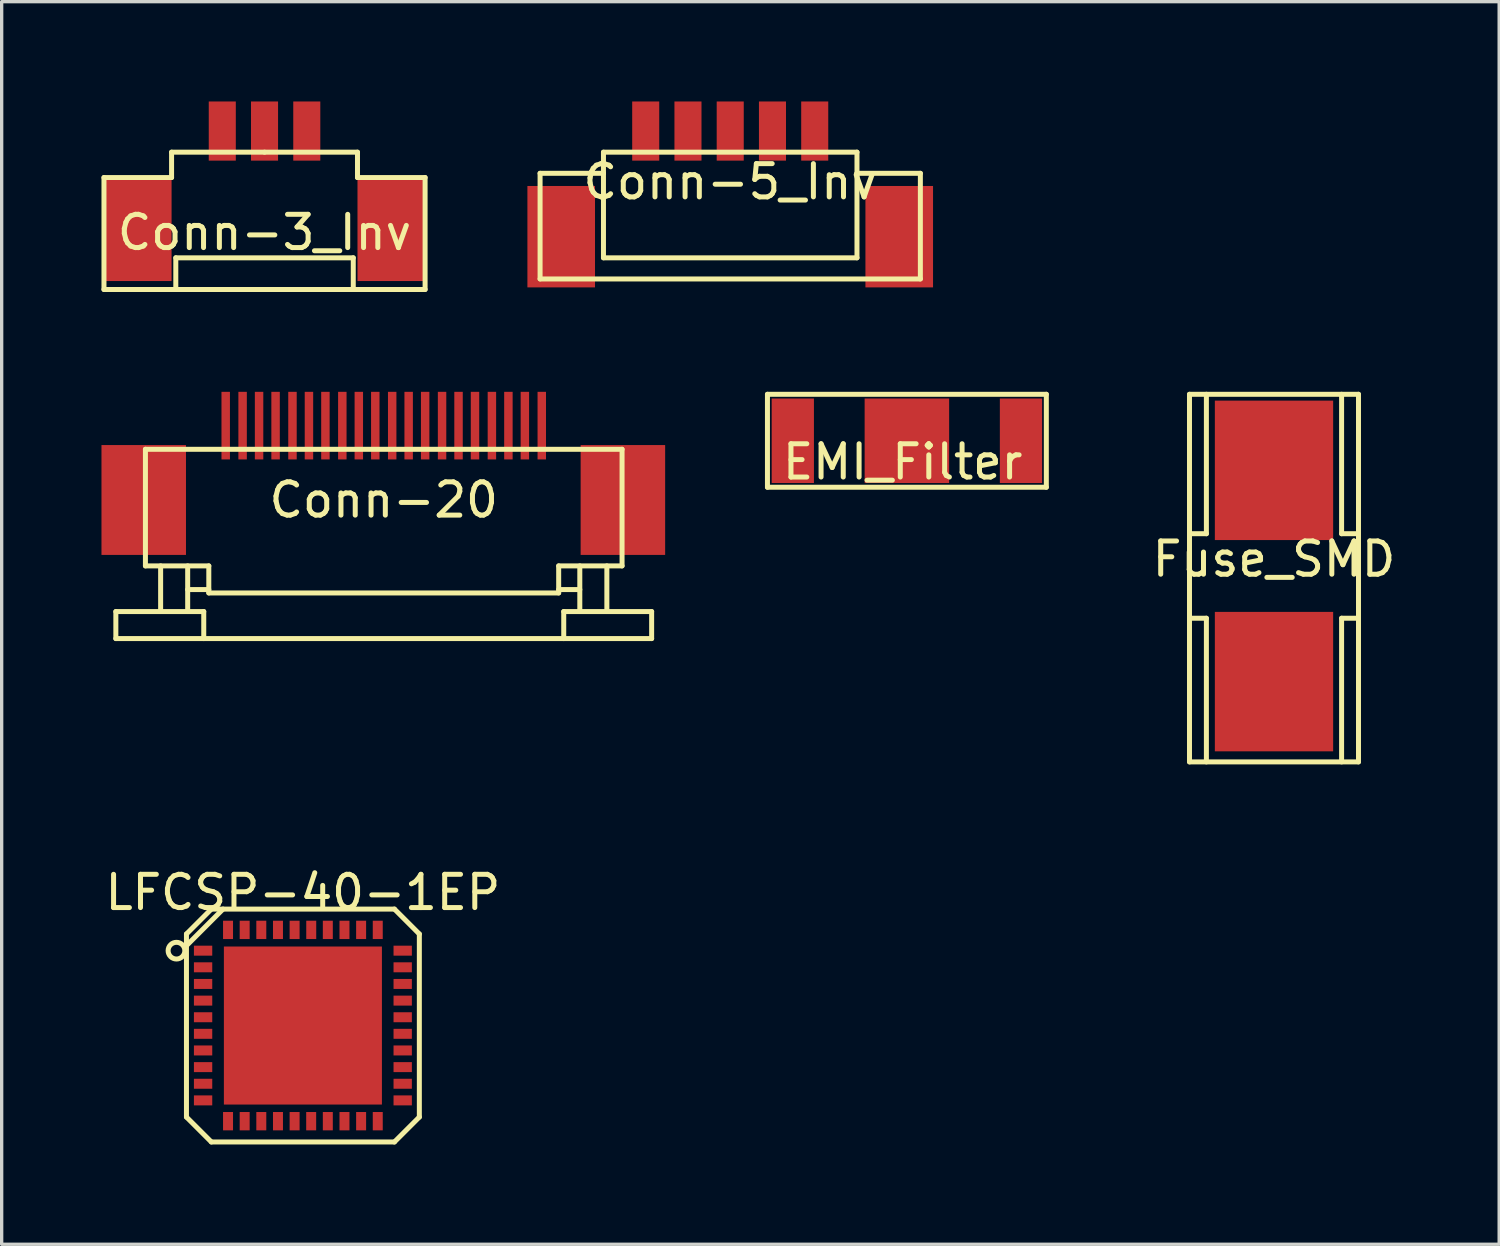
<source format=kicad_pcb>
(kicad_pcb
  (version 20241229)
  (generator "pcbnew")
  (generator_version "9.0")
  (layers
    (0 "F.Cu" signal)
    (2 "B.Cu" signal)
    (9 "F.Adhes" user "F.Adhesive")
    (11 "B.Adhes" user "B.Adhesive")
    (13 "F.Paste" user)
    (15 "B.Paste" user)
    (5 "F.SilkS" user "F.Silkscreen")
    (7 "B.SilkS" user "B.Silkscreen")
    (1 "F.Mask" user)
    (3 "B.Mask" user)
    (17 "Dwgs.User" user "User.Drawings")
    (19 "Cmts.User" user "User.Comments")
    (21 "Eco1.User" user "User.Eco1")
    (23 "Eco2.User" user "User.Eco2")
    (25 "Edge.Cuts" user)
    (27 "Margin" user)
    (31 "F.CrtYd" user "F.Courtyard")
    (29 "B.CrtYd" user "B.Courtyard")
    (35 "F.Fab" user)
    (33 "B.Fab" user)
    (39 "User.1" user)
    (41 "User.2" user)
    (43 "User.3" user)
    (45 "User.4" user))
  (footprint "Fuse_SMD"
    (layer "F.Cu")
    (at 35.242 14.262)
    (property "Reference" "Fuse_SMD" (at 0 -0.508 0) (layer "F.SilkS") (effects (font (size 1 1) (thickness 0.15))))
    (attr smd)
    (fp_line (start -2.54 -5.461) (end -2.54 5.588) (stroke (width 0.15) (type solid)) (layer "F.SilkS"))
    (fp_line (start -2.54 -5.461) (end 2.54 -5.461) (stroke (width 0.15) (type solid)) (layer "F.SilkS"))
    (fp_line (start -2.032 -5.461) (end -2.032 -1.27) (stroke (width 0.15) (type solid)) (layer "F.SilkS"))
    (fp_line (start -2.032 -1.27) (end -2.54 -1.27) (stroke (width 0.15) (type solid)) (layer "F.SilkS"))
    (fp_line (start -2.032 1.27) (end -2.54 1.27) (stroke (width 0.15) (type solid)) (layer "F.SilkS"))
    (fp_line (start -2.032 5.588) (end -2.032 1.27) (stroke (width 0.15) (type solid)) (layer "F.SilkS"))
    (fp_line (start 2.032 -5.461) (end 2.032 -1.27) (stroke (width 0.15) (type solid)) (layer "F.SilkS"))
    (fp_line (start 2.032 -1.27) (end 2.54 -1.27) (stroke (width 0.15) (type solid)) (layer "F.SilkS"))
    (fp_line (start 2.032 1.27) (end 2.54 1.27) (stroke (width 0.15) (type solid)) (layer "F.SilkS"))
    (fp_line (start 2.032 5.588) (end 2.032 1.27) (stroke (width 0.15) (type solid)) (layer "F.SilkS"))
    (fp_line (start 2.54 5.588) (end -2.54 5.588) (stroke (width 0.15) (type solid)) (layer "F.SilkS"))
    (fp_line (start 2.54 5.588) (end 2.54 -5.461) (stroke (width 0.15) (type solid)) (layer "F.SilkS"))
    (pad "1" smd rect (at 0 -3.175) (size 3.556 4.191) (layers "F.Cu" "F.Mask" "F.Paste"))
    (pad "2" smd rect (at 0 3.175) (size 3.556 4.191) (layers "F.Cu" "F.Mask" "F.Paste")))
  (footprint "EMI_Filter"
    (layer "F.Cu")
    (at 24.208 10.198)
    (property "Reference" "EMI_Filter" (at -0.127 0.635 0) (layer "F.SilkS") (effects (font (size 1 1) (thickness 0.15))))
    (attr smd)
    (fp_line (start -4.191 -1.397) (end -4.191 1.397) (stroke (width 0.15) (type solid)) (layer "F.SilkS"))
    (fp_line (start -4.191 1.397) (end 4.191 1.397) (stroke (width 0.15) (type solid)) (layer "F.SilkS"))
    (fp_line (start 4.191 -1.397) (end -4.191 -1.397) (stroke (width 0.15) (type solid)) (layer "F.SilkS"))
    (fp_line (start 4.191 1.397) (end 4.191 -1.397) (stroke (width 0.15) (type solid)) (layer "F.SilkS"))
    (pad "GND" smd rect (at 0 0) (size 2.54 2.54) (layers "F.Cu" "F.Mask" "F.Paste"))
    (pad "VI" smd rect (at -3.429 0) (size 1.27 2.54) (layers "F.Cu" "F.Mask" "F.Paste"))
    (pad "VO" smd rect (at 3.429 0) (size 1.27 2.54) (layers "F.Cu" "F.Mask" "F.Paste")))
  (footprint "Conn-3_Inv"
    (layer "F.Cu")
    (at 4.901 4.318)
    (property "Reference" "Conn-3_Inv" (at 0 -0.381 0) (layer "F.SilkS") (effects (font (size 1 1) (thickness 0.15))))
    (attr smd)
    (fp_line (start -4.826 -2.032) (end -2.794 -2.032) (stroke (width 0.15) (type solid)) (layer "F.SilkS"))
    (fp_line (start -4.826 1.333) (end -4.826 -2.032) (stroke (width 0.15) (type solid)) (layer "F.SilkS"))
    (fp_line (start -2.794 -2.794) (end 0 -2.794) (stroke (width 0.15) (type solid)) (layer "F.SilkS"))
    (fp_line (start -2.794 -2.032) (end -2.794 -2.794) (stroke (width 0.15) (type solid)) (layer "F.SilkS"))
    (fp_line (start -2.667 0.381) (end -2.667 1.333) (stroke (width 0.15) (type solid)) (layer "F.SilkS"))
    (fp_line (start 0 -2.794) (end 2.794 -2.794) (stroke (width 0.15) (type solid)) (layer "F.SilkS"))
    (fp_line (start 2.667 0.381) (end -2.667 0.381) (stroke (width 0.15) (type solid)) (layer "F.SilkS"))
    (fp_line (start 2.667 1.333) (end 2.667 0.381) (stroke (width 0.15) (type solid)) (layer "F.SilkS"))
    (fp_line (start 2.794 -2.794) (end 2.794 -2.032) (stroke (width 0.15) (type solid)) (layer "F.SilkS"))
    (fp_line (start 2.794 -2.032) (end 4.826 -2.032) (stroke (width 0.15) (type solid)) (layer "F.SilkS"))
    (fp_line (start 4.826 -2.032) (end 4.826 1.333) (stroke (width 0.15) (type solid)) (layer "F.SilkS"))
    (fp_line (start 4.826 1.333) (end -4.826 1.333) (stroke (width 0.15) (type solid)) (layer "F.SilkS"))
    (pad "" smd rect (at -3.81 -0.445) (size 2.032 3.048) (layers "F.Cu" "F.Mask" "F.Paste"))
    (pad "" smd rect (at 3.81 -0.445) (size 2.032 3.048) (layers "F.Cu" "F.Mask" "F.Paste"))
    (pad "1" smd rect (at 1.27 -3.429) (size 0.813 1.778) (layers "F.Cu" "F.Mask" "F.Paste"))
    (pad "2" smd rect (at 0 -3.429) (size 0.813 1.778) (layers "F.Cu" "F.Mask" "F.Paste"))
    (pad "3" smd rect (at -1.27 -3.429) (size 0.813 1.778) (layers "F.Cu" "F.Mask" "F.Paste")))
  (footprint "Conn-20"
    (layer "F.Cu")
    (at 8.484 12.994)
    (property "Reference" "Conn-20" (at 0 -1.016 0) (layer "F.SilkS") (effects (font (size 1 1) (thickness 0.15))))
    (attr smd)
    (fp_line (start -8.052 2.337) (end -5.41 2.337) (stroke (width 0.15) (type solid)) (layer "F.SilkS"))
    (fp_line (start -8.052 3.15) (end -8.052 2.337) (stroke (width 0.15) (type solid)) (layer "F.SilkS"))
    (fp_line (start -8.052 3.15) (end 8.052 3.15) (stroke (width 0.15) (type solid)) (layer "F.SilkS"))
    (fp_line (start -7.163 -2.54) (end -7.163 0.965) (stroke (width 0.15) (type solid)) (layer "F.SilkS"))
    (fp_line (start -7.163 -2.54) (end 7.163 -2.54) (stroke (width 0.15) (type solid)) (layer "F.SilkS"))
    (fp_line (start -7.163 0.965) (end -5.258 0.965) (stroke (width 0.15) (type solid)) (layer "F.SilkS"))
    (fp_line (start -6.706 0.965) (end -6.706 2.337) (stroke (width 0.15) (type solid)) (layer "F.SilkS"))
    (fp_line (start -5.893 0.965) (end -5.893 2.337) (stroke (width 0.15) (type solid)) (layer "F.SilkS"))
    (fp_line (start -5.41 2.337) (end -5.41 3.15) (stroke (width 0.15) (type solid)) (layer "F.SilkS"))
    (fp_line (start -5.258 0.965) (end -5.258 1.778) (stroke (width 0.15) (type solid)) (layer "F.SilkS"))
    (fp_line (start -5.258 1.676) (end -5.893 1.676) (stroke (width 0.15) (type solid)) (layer "F.SilkS"))
    (fp_line (start -5.258 1.778) (end 5.258 1.778) (stroke (width 0.15) (type solid)) (layer "F.SilkS"))
    (fp_line (start 5.258 0.965) (end 7.163 0.965) (stroke (width 0.15) (type solid)) (layer "F.SilkS"))
    (fp_line (start 5.258 1.676) (end 5.893 1.676) (stroke (width 0.15) (type solid)) (layer "F.SilkS"))
    (fp_line (start 5.258 1.778) (end 5.258 0.965) (stroke (width 0.15) (type solid)) (layer "F.SilkS"))
    (fp_line (start 5.41 2.337) (end 5.41 3.15) (stroke (width 0.15) (type solid)) (layer "F.SilkS"))
    (fp_line (start 5.893 0.965) (end 5.893 2.337) (stroke (width 0.15) (type solid)) (layer "F.SilkS"))
    (fp_line (start 6.706 0.965) (end 6.706 2.337) (stroke (width 0.15) (type solid)) (layer "F.SilkS"))
    (fp_line (start 7.163 0.965) (end 7.163 -2.54) (stroke (width 0.15) (type solid)) (layer "F.SilkS"))
    (fp_line (start 8.052 2.337) (end 5.41 2.337) (stroke (width 0.15) (type solid)) (layer "F.SilkS"))
    (fp_line (start 8.052 3.15) (end 8.052 2.337) (stroke (width 0.15) (type solid)) (layer "F.SilkS"))
    (pad "" smd rect (at -7.214 -1.016) (size 2.54 3.302) (layers "F.Cu" "F.Mask" "F.Paste"))
    (pad "" smd rect (at 7.188 -1.016) (size 2.54 3.302) (layers "F.Cu" "F.Mask" "F.Paste"))
    (pad "1" smd rect (at -4.75 -3.251) (size 0.254 2.032) (layers "F.Cu" "F.Mask" "F.Paste"))
    (pad "2" smd rect (at -4.242 -3.251) (size 0.254 2.032) (layers "F.Cu" "F.Mask" "F.Paste"))
    (pad "3" smd rect (at -3.747 -3.251) (size 0.254 2.032) (layers "F.Cu" "F.Mask" "F.Paste"))
    (pad "4" smd rect (at -3.251 -3.251) (size 0.254 2.032) (layers "F.Cu" "F.Mask" "F.Paste"))
    (pad "5" smd rect (at -2.743 -3.251) (size 0.254 2.032) (layers "F.Cu" "F.Mask" "F.Paste"))
    (pad "6" smd rect (at -2.248 -3.251) (size 0.254 2.032) (layers "F.Cu" "F.Mask" "F.Paste"))
    (pad "7" smd rect (at -1.753 -3.251) (size 0.254 2.032) (layers "F.Cu" "F.Mask" "F.Paste"))
    (pad "8" smd rect (at -1.245 -3.251) (size 0.254 2.032) (layers "F.Cu" "F.Mask" "F.Paste"))
    (pad "9" smd rect (at -0.749 -3.251) (size 0.254 2.032) (layers "F.Cu" "F.Mask" "F.Paste"))
    (pad "10" smd rect (at -0.254 -3.251) (size 0.254 2.032) (layers "F.Cu" "F.Mask" "F.Paste"))
    (pad "11" smd rect (at 0.254 -3.251) (size 0.254 2.032) (layers "F.Cu" "F.Mask" "F.Paste"))
    (pad "12" smd rect (at 0.749 -3.251) (size 0.254 2.032) (layers "F.Cu" "F.Mask" "F.Paste"))
    (pad "13" smd rect (at 1.245 -3.251) (size 0.254 2.032) (layers "F.Cu" "F.Mask" "F.Paste"))
    (pad "14" smd rect (at 1.753 -3.251) (size 0.254 2.032) (layers "F.Cu" "F.Mask" "F.Paste"))
    (pad "15" smd rect (at 2.248 -3.251) (size 0.254 2.032) (layers "F.Cu" "F.Mask" "F.Paste"))
    (pad "16" smd rect (at 2.743 -3.251) (size 0.254 2.032) (layers "F.Cu" "F.Mask" "F.Paste"))
    (pad "17" smd rect (at 3.251 -3.251) (size 0.254 2.032) (layers "F.Cu" "F.Mask" "F.Paste"))
    (pad "18" smd rect (at 3.747 -3.251) (size 0.254 2.032) (layers "F.Cu" "F.Mask" "F.Paste"))
    (pad "19" smd rect (at 4.242 -3.251) (size 0.254 2.032) (layers "F.Cu" "F.Mask" "F.Paste"))
    (pad "20" smd rect (at 4.75 -3.251) (size 0.254 2.032) (layers "F.Cu" "F.Mask" "F.Paste")))
  (footprint "Conn-5_Inv"
    (layer "F.Cu")
    (at 18.898 0.889)
    (property "Reference" "Conn-5_Inv" (at 0 1.524 0) (layer "F.SilkS") (effects (font (size 1 1) (thickness 0.15))))
    (attr smd)
    (fp_line (start -5.715 1.27) (end -3.81 1.27) (stroke (width 0.15) (type solid)) (layer "F.SilkS"))
    (fp_line (start -5.715 4.445) (end -5.715 1.27) (stroke (width 0.15) (type solid)) (layer "F.SilkS"))
    (fp_line (start -3.81 0.635) (end 3.81 0.635) (stroke (width 0.15) (type solid)) (layer "F.SilkS"))
    (fp_line (start -3.81 1.27) (end -3.81 0.635) (stroke (width 0.15) (type solid)) (layer "F.SilkS"))
    (fp_line (start -3.81 3.81) (end -3.81 1.27) (stroke (width 0.15) (type solid)) (layer "F.SilkS"))
    (fp_line (start 3.81 0.635) (end 3.81 1.27) (stroke (width 0.15) (type solid)) (layer "F.SilkS"))
    (fp_line (start 3.81 1.27) (end 3.81 3.81) (stroke (width 0.15) (type solid)) (layer "F.SilkS"))
    (fp_line (start 3.81 1.27) (end 5.715 1.27) (stroke (width 0.15) (type solid)) (layer "F.SilkS"))
    (fp_line (start 3.81 3.81) (end -3.81 3.81) (stroke (width 0.15) (type solid)) (layer "F.SilkS"))
    (fp_line (start 5.715 4.445) (end -5.715 4.445) (stroke (width 0.15) (type solid)) (layer "F.SilkS"))
    (fp_line (start 5.715 4.445) (end 5.715 1.27) (stroke (width 0.15) (type solid)) (layer "F.SilkS"))
    (pad "" smd rect (at -5.08 3.175) (size 2.032 3.048) (layers "F.Cu" "F.Mask" "F.Paste"))
    (pad "" smd rect (at 5.08 3.175) (size 2.032 3.048) (layers "F.Cu" "F.Mask" "F.Paste"))
    (pad "1" smd rect (at -2.54 0) (size 0.813 1.778) (layers "F.Cu" "F.Mask" "F.Paste"))
    (pad "2" smd rect (at -1.27 0) (size 0.813 1.778) (layers "F.Cu" "F.Mask" "F.Paste"))
    (pad "3" smd rect (at 0 0) (size 0.813 1.778) (layers "F.Cu" "F.Mask" "F.Paste"))
    (pad "4" smd rect (at 1.27 0) (size 0.813 1.778) (layers "F.Cu" "F.Mask" "F.Paste"))
    (pad "5" smd rect (at 2.54 0) (size 0.813 1.778) (layers "F.Cu" "F.Mask" "F.Paste")))
  (footprint "LFCSP-40-1EP"
    (layer "F.Cu")
    (at 6.054 27.774)
    (property "Reference" "LFCSP-40-1EP" (at 0 -4 0) (layer "F.SilkS") (effects (font (size 1 1) (thickness 0.15))))
    (attr smd)
    (fp_line (start -3.5 -2.751) (end -2.751 -3.5) (stroke (width 0.15) (type solid)) (layer "F.SilkS"))
    (fp_line (start -3.5 -2.4) (end -2.4 -3.5) (stroke (width 0.15) (type solid)) (layer "F.SilkS"))
    (fp_line (start -3.5 2.751) (end -3.5 -2.751) (stroke (width 0.15) (type solid)) (layer "F.SilkS"))
    (fp_line (start -2.751 -3.5) (end 2.751 -3.5) (stroke (width 0.15) (type solid)) (layer "F.SilkS"))
    (fp_line (start -2.751 3.5) (end -3.5 2.751) (stroke (width 0.15) (type solid)) (layer "F.SilkS"))
    (fp_line (start 2.751 -3.5) (end 3.5 -2.751) (stroke (width 0.15) (type solid)) (layer "F.SilkS"))
    (fp_line (start 2.751 3.5) (end -2.751 3.5) (stroke (width 0.15) (type solid)) (layer "F.SilkS"))
    (fp_line (start 2.751 3.5) (end 3.5 2.751) (stroke (width 0.15) (type solid)) (layer "F.SilkS"))
    (fp_line (start 3.5 -2.751) (end 3.5 2.751) (stroke (width 0.15) (type solid)) (layer "F.SilkS"))
    (fp_circle (center -3.8 -2.25) (end -4.051 -2.25) (stroke (width 0.15) (type solid)) (fill no) (layer "F.SilkS"))
    (pad "1" smd rect (at -3 -2.25 270) (size 0.3 0.551) (layers "F.Cu" "F.Mask" "F.Paste"))
    (pad "2" smd rect (at -3 -1.75 270) (size 0.3 0.551) (layers "F.Cu" "F.Mask" "F.Paste"))
    (pad "3" smd rect (at -3 -1.25 270) (size 0.3 0.551) (layers "F.Cu" "F.Mask" "F.Paste"))
    (pad "4" smd rect (at -3 -0.749 270) (size 0.3 0.551) (layers "F.Cu" "F.Mask" "F.Paste"))
    (pad "5" smd rect (at -3 -0.249 270) (size 0.3 0.551) (layers "F.Cu" "F.Mask" "F.Paste"))
    (pad "6" smd rect (at -3 0.249 270) (size 0.3 0.551) (layers "F.Cu" "F.Mask" "F.Paste"))
    (pad "7" smd rect (at -3 0.749 270) (size 0.3 0.551) (layers "F.Cu" "F.Mask" "F.Paste"))
    (pad "8" smd rect (at -3 1.25 270) (size 0.3 0.551) (layers "F.Cu" "F.Mask" "F.Paste"))
    (pad "9" smd rect (at -3 1.75 270) (size 0.3 0.551) (layers "F.Cu" "F.Mask" "F.Paste"))
    (pad "10" smd rect (at -3 2.25 270) (size 0.3 0.551) (layers "F.Cu" "F.Mask" "F.Paste"))
    (pad "11" smd rect (at -2.25 2.875) (size 0.3 0.551) (layers "F.Cu" "F.Mask" "F.Paste"))
    (pad "12" smd rect (at -1.75 2.875) (size 0.3 0.551) (layers "F.Cu" "F.Mask" "F.Paste"))
    (pad "13" smd rect (at -1.25 2.875) (size 0.3 0.551) (layers "F.Cu" "F.Mask" "F.Paste"))
    (pad "14" smd rect (at -0.749 2.875) (size 0.3 0.551) (layers "F.Cu" "F.Mask" "F.Paste"))
    (pad "15" smd rect (at -0.249 2.875) (size 0.3 0.551) (layers "F.Cu" "F.Mask" "F.Paste"))
    (pad "16" smd rect (at 0.249 2.875) (size 0.3 0.551) (layers "F.Cu" "F.Mask" "F.Paste"))
    (pad "17" smd rect (at 0.749 2.875) (size 0.3 0.551) (layers "F.Cu" "F.Mask" "F.Paste"))
    (pad "18" smd rect (at 1.25 2.875) (size 0.3 0.551) (layers "F.Cu" "F.Mask" "F.Paste"))
    (pad "19" smd rect (at 1.75 2.875) (size 0.3 0.551) (layers "F.Cu" "F.Mask" "F.Paste"))
    (pad "20" smd rect (at 2.25 2.875) (size 0.3 0.551) (layers "F.Cu" "F.Mask" "F.Paste"))
    (pad "21" smd rect (at 3 2.25 270) (size 0.3 0.551) (layers "F.Cu" "F.Mask" "F.Paste"))
    (pad "22" smd rect (at 3 1.75 270) (size 0.3 0.551) (layers "F.Cu" "F.Mask" "F.Paste"))
    (pad "23" smd rect (at 3 1.25 270) (size 0.3 0.551) (layers "F.Cu" "F.Mask" "F.Paste"))
    (pad "24" smd rect (at 3 0.749 270) (size 0.3 0.551) (layers "F.Cu" "F.Mask" "F.Paste"))
    (pad "25" smd rect (at 3 0.249 270) (size 0.3 0.551) (layers "F.Cu" "F.Mask" "F.Paste"))
    (pad "26" smd rect (at 3 -0.249 270) (size 0.3 0.551) (layers "F.Cu" "F.Mask" "F.Paste"))
    (pad "27" smd rect (at 3 -0.749 270) (size 0.3 0.551) (layers "F.Cu" "F.Mask" "F.Paste"))
    (pad "28" smd rect (at 3 -1.25 270) (size 0.3 0.551) (layers "F.Cu" "F.Mask" "F.Paste"))
    (pad "29" smd rect (at 3 -1.75 270) (size 0.3 0.551) (layers "F.Cu" "F.Mask" "F.Paste"))
    (pad "30" smd rect (at 3 -2.25 270) (size 0.3 0.551) (layers "F.Cu" "F.Mask" "F.Paste"))
    (pad "31" smd rect (at 2.25 -2.875) (size 0.3 0.551) (layers "F.Cu" "F.Mask" "F.Paste"))
    (pad "32" smd rect (at 1.75 -2.875) (size 0.3 0.551) (layers "F.Cu" "F.Mask" "F.Paste"))
    (pad "33" smd rect (at 1.25 -2.875) (size 0.3 0.551) (layers "F.Cu" "F.Mask" "F.Paste"))
    (pad "34" smd rect (at 0.749 -2.875) (size 0.3 0.551) (layers "F.Cu" "F.Mask" "F.Paste"))
    (pad "35" smd rect (at 0.251 -2.875) (size 0.3 0.551) (layers "F.Cu" "F.Mask" "F.Paste"))
    (pad "36" smd rect (at -0.249 -2.875) (size 0.3 0.551) (layers "F.Cu" "F.Mask" "F.Paste"))
    (pad "37" smd rect (at -0.749 -2.875) (size 0.3 0.551) (layers "F.Cu" "F.Mask" "F.Paste"))
    (pad "38" smd rect (at -1.25 -2.875) (size 0.3 0.551) (layers "F.Cu" "F.Mask" "F.Paste"))
    (pad "39" smd rect (at -1.75 -2.875) (size 0.3 0.551) (layers "F.Cu" "F.Mask" "F.Paste"))
    (pad "40" smd rect (at -2.25 -2.875) (size 0.3 0.551) (layers "F.Cu" "F.Mask" "F.Paste"))
    (pad "41" smd rect (at 0 0) (size 4.75 4.75) (layers "F.Cu" "F.Mask" "F.Paste")))
  (gr_rect
    (start -3 -3)
    (end 42.01 34.349)
    (stroke (width 0.1) (type default))
    (fill no)
    (layer "Edge.Cuts")))
</source>
